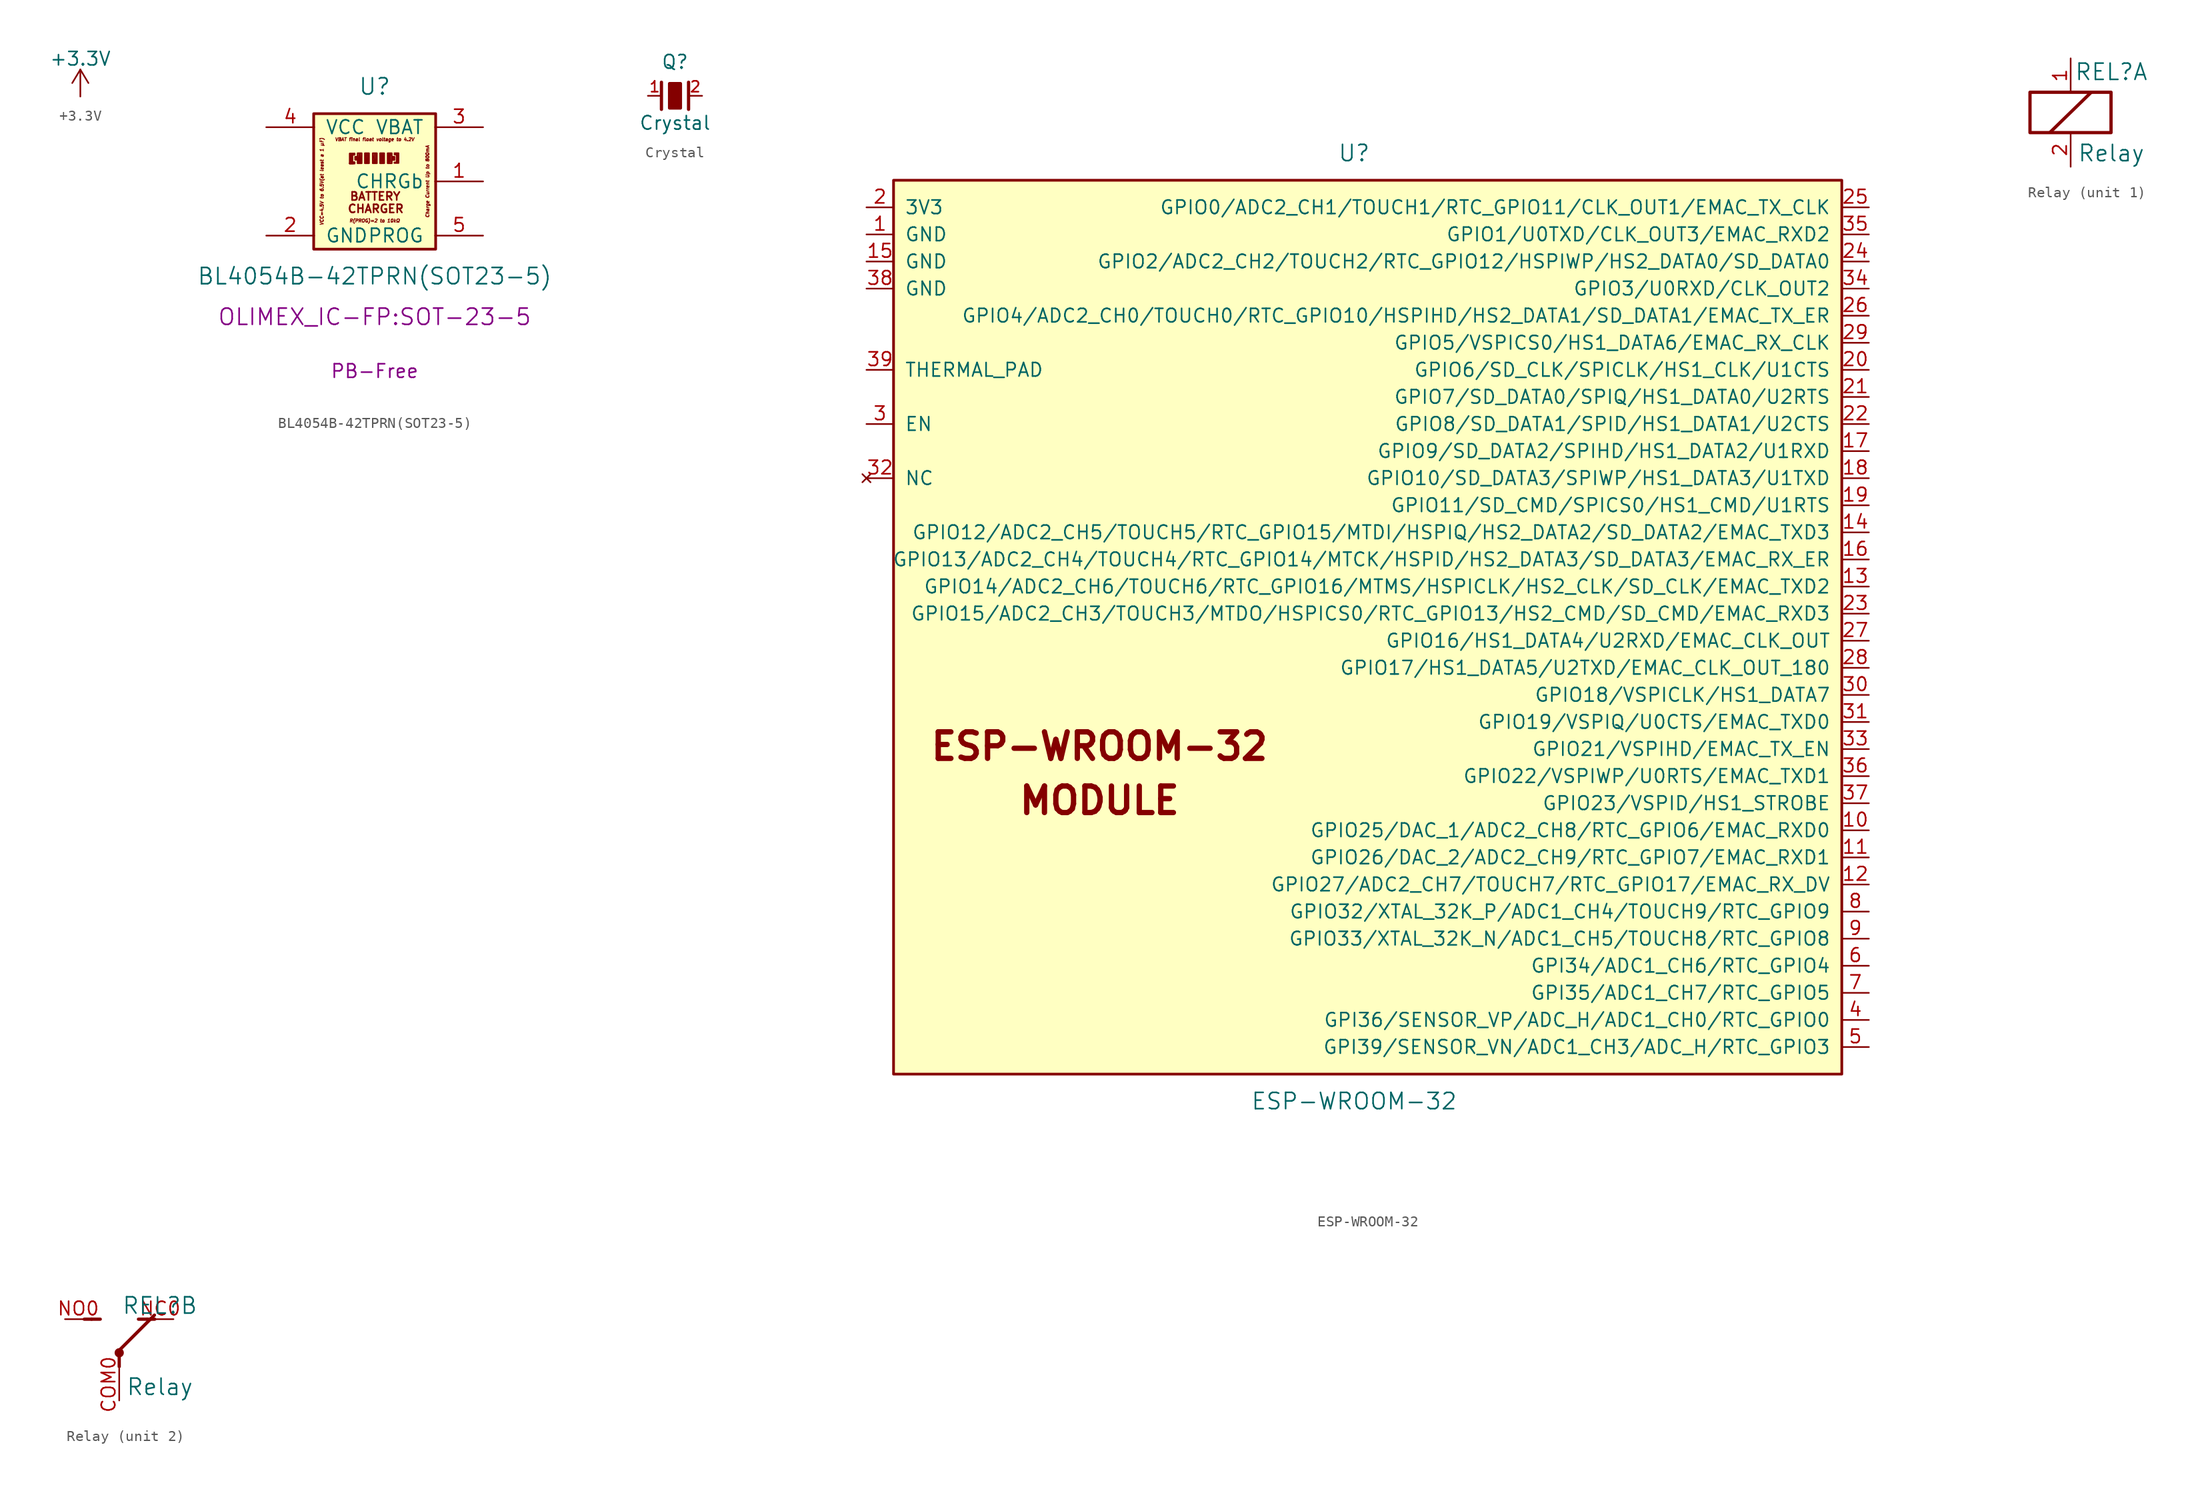
<source format=kicad_sym>
(kicad_symbol_lib
  (version 20231120)
  (generator "kicad_symbol_editor")
  (generator_version "8.0")
  (symbol "+3.3V"
    (power)
    (pin_names
      (offset 0))
    (property "Reference" "#PWR"
      (at 0 -3.81 0)
      (effects (font (size 1.27 1.27)) (hide yes)))
    (property "Value" "+3.3V"
      (at 0 3.556 0)
      (effects (font (size 1.27 1.27))))
    (property "Footprint" ""
      (at 0 0 0)
      (effects (font (size 1.524 1.524))))
    (property "Datasheet" ""
      (at 0 0 0)
      (effects (font (size 1.524 1.524))))
    (symbol "+3.3V_0_1"
      (polyline (pts (xy -0.762 1.27) (xy 0 2.54)) (stroke (width 0) (type solid)) (fill (type none)))
      (polyline (pts (xy 0 0) (xy 0 2.54)) (stroke (width 0) (type solid)) (fill (type none)))
      (polyline (pts (xy 0 2.54) (xy 0.762 1.27)) (stroke (width 0) (type solid)) (fill (type none))))
    (symbol "+3.3V_1_1"
      (pin power_in line (at 0 0 90) (length 0) hide (name "+3.3V" (effects (font (size 1.27 1.27)))) (number "1" (effects (font (size 1.27 1.27)))))))
  (symbol "BL4054B-42TPRN(SOT23-5)"
    (pin_names
      (offset 1.016))
    (property "Reference" "U"
      (at 0 8.89 0)
      (effects (font (size 1.524 1.524))))
    (property "Value" "BL4054B-42TPRN(SOT23-5)"
      (at 0 -8.89 0)
      (effects (font (size 1.524 1.524))))
    (property "Footprint" "OLIMEX_IC-FP:SOT-23-5"
      (at 0 -12.7 0)
      (effects (font (size 1.524 1.524))))
    (property "Datasheet" ""
      (at 0 0.635 0)
      (effects (font (size 1.524 1.524))))
    (property "Note" "PB-Free"
      (at 0 -17.78 0)
      (effects (font (size 1.27 1.27))))
    (symbol "BL4054B-42TPRN(SOT23-5)_0_0"
      (text "Charge Current Up to 800mA" (at 4.953 0 900) (effects (font (size 0.305 0.305) (italic yes))))
      (text "R(PROG)=2 to 10kΩ" (at 0 -3.683 0) (effects (font (size 0.305 0.305) (italic yes))))
      (text "VBAT final float voltage to 4.2V" (at 0 3.937 0) (effects (font (size 0.305 0.305) (italic yes))))
      (text "VCC=4.5V to 6.5V(at least a 1 μF)" (at -4.953 0 900) (effects (font (size 0.305 0.305) (italic yes)))))
    (symbol "BL4054B-42TPRN(SOT23-5)_1_0"
      (rectangle (start -1.219 1.702) (end -1.6 2.642) (stroke (width 0) (type solid)) (fill (type none)))
      (rectangle (start -0.533 1.702) (end -0.914 2.642) (stroke (width 0) (type solid)) (fill (type none)))
      (polyline (pts (xy -2.337 1.676) (xy -1.88 1.676)) (stroke (width 0) (type solid)) (fill (type none)))
      (polyline (pts (xy -2.337 1.702) (xy -1.88 1.702)) (stroke (width 0) (type solid)) (fill (type none)))
      (polyline (pts (xy -2.134 2.515) (xy -2.159 1.829)) (stroke (width 0) (type solid)) (fill (type none)))
      (polyline (pts (xy -2.108 2.134) (xy -2.134 1.727)) (stroke (width 0) (type solid)) (fill (type none)))
      (polyline (pts (xy -2.083 1.727) (xy -2.083 2.464)) (stroke (width 0) (type solid)) (fill (type none)))
      (polyline (pts (xy -2.057 2.489) (xy -1.905 2.489)) (stroke (width 0) (type solid)) (fill (type none)))
      (polyline (pts (xy -1.93 1.803) (xy -2.007 1.803)) (stroke (width 0) (type solid)) (fill (type none)))
      (polyline (pts (xy -1.88 1.727) (xy -1.88 1.803)) (stroke (width 0) (type solid)) (fill (type none)))
      (polyline (pts (xy -1.88 2.616) (xy -1.88 2.515)) (stroke (width 0) (type solid)) (fill (type none)))
      (polyline (pts (xy -0.864 2.565) (xy -0.686 1.905)) (stroke (width 0) (type solid)) (fill (type none)))
      (polyline (pts (xy -0.635 2.565) (xy -0.635 1.803)) (stroke (width 0) (type solid)) (fill (type none)))
      (polyline (pts (xy -0.076 2.286) (xy 0.025 1.829)) (stroke (width 0) (type solid)) (fill (type none)))
      (polyline (pts (xy -0.051 1.829) (xy -0.076 1.778)) (stroke (width 0) (type solid)) (fill (type none)))
      (polyline (pts (xy -0.051 2.21) (xy -0.025 2.591)) (stroke (width 0) (type solid)) (fill (type none)))
      (polyline (pts (xy 0 1.829) (xy -0.102 1.981)) (stroke (width 0) (type solid)) (fill (type none)))
      (polyline (pts (xy 0.076 1.803) (xy 0.102 2.54)) (stroke (width 0) (type solid)) (fill (type none)))
      (polyline (pts (xy 0.584 2.515) (xy 0.584 1.702)) (stroke (width 0) (type solid)) (fill (type none)))
      (polyline (pts (xy 1.499 2.464) (xy 1.473 2.565)) (stroke (width 0) (type solid)) (fill (type none)))
      (polyline (pts (xy 1.702 2.134) (xy 1.702 2.21)) (stroke (width 0) (type solid)) (fill (type none)))
      (polyline (pts (xy 2.032 1.778) (xy 1.854 1.778)) (stroke (width 0) (type solid)) (fill (type none)))
      (polyline (pts (xy 2.057 2.515) (xy 2.057 1.803)) (stroke (width 0) (type solid)) (fill (type none)))
      (polyline (pts (xy 2.108 2.515) (xy 1.854 2.515)) (stroke (width 0) (type solid)) (fill (type none)))
      (polyline (pts (xy -0.686 1.803) (xy -0.813 1.829) (xy -0.762 2.515)) (stroke (width 0) (type solid)) (fill (type none)))
      (polyline (pts (xy 1.422 2.515) (xy 1.397 2.565) (xy 1.473 2.565)) (stroke (width 0) (type solid)) (fill (type none)))
      (polyline (pts (xy 0.787 2.565) (xy 0.762 1.829) (xy 0.635 1.854) (xy 0.66 2.54)) (stroke (width 0) (type solid)) (fill (type none)))
      (polyline (pts (xy 1.321 2.54) (xy 1.321 1.829) (xy 1.473 1.854) (xy 1.448 2.464)) (stroke (width 0) (type solid)) (fill (type none)))
      (polyline (pts (xy -1.651 2.311) (xy -1.829 2.311) (xy -1.829 2.032) (xy -1.676 2.032) (xy -1.727 2.235)) (stroke (width 0) (type solid)) (fill (type none)))
      (polyline (pts (xy -1.27 1.778) (xy -1.372 2.565) (xy -1.422 1.778) (xy -1.448 2.591) (xy -1.524 1.829)) (stroke (width 0) (type solid)) (fill (type none)))
      (polyline (pts (xy 1.676 2.311) (xy 1.854 2.311) (xy 1.854 2.007) (xy 1.651 2.007) (xy 1.753 2.184) (xy 1.753 2.159)) (stroke (width 0) (type solid)) (fill (type none)))
      (polyline (pts (xy 1.854 2.642) (xy 2.235 2.642) (xy 2.235 1.727) (xy 1.854 1.727) (xy 2.134 1.727) (xy 2.134 2.591)) (stroke (width 0) (type solid)) (fill (type none)))
      (polyline (pts (xy -1.905 2.616) (xy -2.337 2.616) (xy -2.337 1.727) (xy -2.337 1.676) (xy -2.032 1.676) (xy -2.032 1.778) (xy -2.235 1.778) (xy -2.261 2.54) (xy -1.93 2.54) (xy -1.93 2.515) (xy -1.93 2.54)) (stroke (width 0) (type solid)) (fill (type none)))
      (rectangle (start 0.203 1.702) (end -0.178 2.642) (stroke (width 0) (type solid)) (fill (type none)))
      (rectangle (start 0.889 1.702) (end 0.508 2.642) (stroke (width 0) (type solid)) (fill (type none)))
      (rectangle (start 1.6 1.702) (end 1.219 2.642) (stroke (width 0) (type solid)) (fill (type none)))
      (text "BATTERY" (at 0.051 -1.397 0) (effects (font (size 0.762 0.762))))
      (text "CHARGER" (at 0.102 -2.565 0) (effects (font (size 0.762 0.762)))))
    (symbol "BL4054B-42TPRN(SOT23-5)_1_1"
      (polyline (pts (xy -5.715 6.35) (xy -5.715 -6.35) (xy 5.715 -6.35) (xy 5.715 6.35) (xy -5.715 6.35)) (stroke (width 0.254) (type solid)) (fill (type background)))
      (pin open_collector line (at 10.16 0 180) (length 4.496) (name "CHRGb" (effects (font (size 1.27 1.27)))) (number "1" (effects (font (size 1.27 1.27)))))
      (pin power_in line (at -10.16 -5.08 0) (length 4.496) (name "GND" (effects (font (size 1.27 1.27)))) (number "2" (effects (font (size 1.27 1.27)))))
      (pin output line (at 10.16 5.08 180) (length 4.496) (name "VBAT" (effects (font (size 1.27 1.27)))) (number "3" (effects (font (size 1.27 1.27)))))
      (pin power_in line (at -10.16 5.08 0) (length 4.496) (name "VCC" (effects (font (size 1.27 1.27)))) (number "4" (effects (font (size 1.27 1.27)))))
      (pin input line (at 10.16 -5.08 180) (length 4.496) (name "PROG" (effects (font (size 1.27 1.27)))) (number "5" (effects (font (size 1.27 1.27)))))))
  (symbol "Crystal"
    (pin_names
      (offset 1.016) hide)
    (property "Reference" "Q"
      (at 0 3.175 0)
      (effects (font (size 1.27 1.27))))
    (property "Value" "Crystal"
      (at 0 -2.54 0)
      (effects (font (size 1.27 1.27))))
    (property "Footprint" ""
      (at 0 0 0)
      (effects (font (size 1.524 1.524))))
    (property "Datasheet" ""
      (at 0 0 0)
      (effects (font (size 1.524 1.524))))
    (symbol "Crystal_0_1"
      (rectangle (start -0.508 1.143) (end 0.508 -1.143) (stroke (width 0.305) (type solid)) (fill (type outline)))
      (polyline (pts (xy -1.27 -1.27) (xy -1.27 1.27)) (stroke (width 0.305) (type solid)) (fill (type none)))
      (polyline (pts (xy 1.27 -1.27) (xy 1.27 1.27)) (stroke (width 0.305) (type solid)) (fill (type none))))
    (symbol "Crystal_1_1"
      (pin passive line (at -2.54 0 0) (length 1.27) (name "1" (effects (font (size 1.016 1.016)))) (number "1" (effects (font (size 1.016 1.016)))))
      (pin passive line (at 2.54 0 180) (length 1.27) (name "2" (effects (font (size 1.016 1.016)))) (number "2" (effects (font (size 1.016 1.016)))))))
  (symbol "ESP-WROOM-32"
    (pin_names
      (offset 1.016))
    (property "Reference" "U"
      (at 0 43.18 0)
      (effects (font (size 1.524 1.524))))
    (property "Value" "ESP-WROOM-32"
      (at 0 -45.72 0)
      (effects (font (size 1.524 1.524))))
    (symbol "ESP-WROOM-32_0_0"
      (text "ESP-WROOM-32" (at -23.876 -12.446 0) (effects (font (size 2.489 2.489) (bold yes))))
      (text "MODULE" (at -23.876 -17.526 0) (effects (font (size 2.489 2.489) (bold yes)))))
    (symbol "ESP-WROOM-32_0_1"
      (rectangle (start -43.18 40.64) (end 45.72 -43.18) (stroke (width 0.254) (type solid)) (fill (type background))))
    (symbol "ESP-WROOM-32_1_1"
      (pin power_in line (at -45.72 35.56 0) (length 2.54) (name "GND" (effects (font (size 1.27 1.27)))) (number "1" (effects (font (size 1.27 1.27)))))
      (pin bidirectional line (at 48.26 -20.32 180) (length 2.54) (name "GPIO25/DAC_1/ADC2_CH8/RTC_GPIO6/EMAC_RXD0" (effects (font (size 1.27 1.27)))) (number "10" (effects (font (size 1.27 1.27)))))
      (pin bidirectional line (at 48.26 -22.86 180) (length 2.54) (name "GPIO26/DAC_2/ADC2_CH9/RTC_GPIO7/EMAC_RXD1" (effects (font (size 1.27 1.27)))) (number "11" (effects (font (size 1.27 1.27)))))
      (pin bidirectional line (at 48.26 -25.4 180) (length 2.54) (name "GPIO27/ADC2_CH7/TOUCH7/RTC_GPIO17/EMAC_RX_DV" (effects (font (size 1.27 1.27)))) (number "12" (effects (font (size 1.27 1.27)))))
      (pin bidirectional line (at 48.26 2.54 180) (length 2.54) (name "GPIO14/ADC2_CH6/TOUCH6/RTC_GPIO16/MTMS/HSPICLK/HS2_CLK/SD_CLK/EMAC_TXD2" (effects (font (size 1.27 1.27)))) (number "13" (effects (font (size 1.27 1.27)))))
      (pin bidirectional line (at 48.26 7.62 180) (length 2.54) (name "GPIO12/ADC2_CH5/TOUCH5/RTC_GPIO15/MTDI/HSPIQ/HS2_DATA2/SD_DATA2/EMAC_TXD3" (effects (font (size 1.27 1.27)))) (number "14" (effects (font (size 1.27 1.27)))))
      (pin power_in line (at -45.72 33.02 0) (length 2.54) (name "GND" (effects (font (size 1.27 1.27)))) (number "15" (effects (font (size 1.27 1.27)))))
      (pin bidirectional line (at 48.26 5.08 180) (length 2.54) (name "GPIO13/ADC2_CH4/TOUCH4/RTC_GPIO14/MTCK/HSPID/HS2_DATA3/SD_DATA3/EMAC_RX_ER" (effects (font (size 1.27 1.27)))) (number "16" (effects (font (size 1.27 1.27)))))
      (pin bidirectional line (at 48.26 15.24 180) (length 2.54) (name "GPIO9/SD_DATA2/SPIHD/HS1_DATA2/U1RXD" (effects (font (size 1.27 1.27)))) (number "17" (effects (font (size 1.27 1.27)))))
      (pin bidirectional line (at 48.26 12.7 180) (length 2.54) (name "GPIO10/SD_DATA3/SPIWP/HS1_DATA3/U1TXD" (effects (font (size 1.27 1.27)))) (number "18" (effects (font (size 1.27 1.27)))))
      (pin bidirectional line (at 48.26 10.16 180) (length 2.54) (name "GPIO11/SD_CMD/SPICS0/HS1_CMD/U1RTS" (effects (font (size 1.27 1.27)))) (number "19" (effects (font (size 1.27 1.27)))))
      (pin power_in line (at -45.72 38.1 0) (length 2.54) (name "3V3" (effects (font (size 1.27 1.27)))) (number "2" (effects (font (size 1.27 1.27)))))
      (pin bidirectional line (at 48.26 22.86 180) (length 2.54) (name "GPIO6/SD_CLK/SPICLK/HS1_CLK/U1CTS" (effects (font (size 1.27 1.27)))) (number "20" (effects (font (size 1.27 1.27)))))
      (pin bidirectional line (at 48.26 20.32 180) (length 2.54) (name "GPIO7/SD_DATA0/SPIQ/HS1_DATA0/U2RTS" (effects (font (size 1.27 1.27)))) (number "21" (effects (font (size 1.27 1.27)))))
      (pin bidirectional line (at 48.26 17.78 180) (length 2.54) (name "GPIO8/SD_DATA1/SPID/HS1_DATA1/U2CTS" (effects (font (size 1.27 1.27)))) (number "22" (effects (font (size 1.27 1.27)))))
      (pin bidirectional line (at 48.26 0 180) (length 2.54) (name "GPIO15/ADC2_CH3/TOUCH3/MTDO/HSPICS0/RTC_GPIO13/HS2_CMD/SD_CMD/EMAC_RXD3" (effects (font (size 1.27 1.27)))) (number "23" (effects (font (size 1.27 1.27)))))
      (pin bidirectional line (at 48.26 33.02 180) (length 2.54) (name "GPIO2/ADC2_CH2/TOUCH2/RTC_GPIO12/HSPIWP/HS2_DATA0/SD_DATA0" (effects (font (size 1.27 1.27)))) (number "24" (effects (font (size 1.27 1.27)))))
      (pin bidirectional line (at 48.26 38.1 180) (length 2.54) (name "GPIO0/ADC2_CH1/TOUCH1/RTC_GPIO11/CLK_OUT1/EMAC_TX_CLK" (effects (font (size 1.27 1.27)))) (number "25" (effects (font (size 1.27 1.27)))))
      (pin bidirectional line (at 48.26 27.94 180) (length 2.54) (name "GPIO4/ADC2_CH0/TOUCH0/RTC_GPIO10/HSPIHD/HS2_DATA1/SD_DATA1/EMAC_TX_ER" (effects (font (size 1.27 1.27)))) (number "26" (effects (font (size 1.27 1.27)))))
      (pin bidirectional line (at 48.26 -2.54 180) (length 2.54) (name "GPIO16/HS1_DATA4/U2RXD/EMAC_CLK_OUT" (effects (font (size 1.27 1.27)))) (number "27" (effects (font (size 1.27 1.27)))))
      (pin bidirectional line (at 48.26 -5.08 180) (length 2.54) (name "GPIO17/HS1_DATA5/U2TXD/EMAC_CLK_OUT_180" (effects (font (size 1.27 1.27)))) (number "28" (effects (font (size 1.27 1.27)))))
      (pin bidirectional line (at 48.26 25.4 180) (length 2.54) (name "GPIO5/VSPICS0/HS1_DATA6/EMAC_RX_CLK" (effects (font (size 1.27 1.27)))) (number "29" (effects (font (size 1.27 1.27)))))
      (pin input line (at -45.72 17.78 0) (length 2.54) (name "EN" (effects (font (size 1.27 1.27)))) (number "3" (effects (font (size 1.27 1.27)))))
      (pin bidirectional line (at 48.26 -7.62 180) (length 2.54) (name "GPIO18/VSPICLK/HS1_DATA7" (effects (font (size 1.27 1.27)))) (number "30" (effects (font (size 1.27 1.27)))))
      (pin bidirectional line (at 48.26 -10.16 180) (length 2.54) (name "GPIO19/VSPIQ/U0CTS/EMAC_TXD0" (effects (font (size 1.27 1.27)))) (number "31" (effects (font (size 1.27 1.27)))))
      (pin no_connect line (at -45.72 12.7 0) (length 2.54) (name "NC" (effects (font (size 1.27 1.27)))) (number "32" (effects (font (size 1.27 1.27)))))
      (pin bidirectional line (at 48.26 -12.7 180) (length 2.54) (name "GPIO21/VSPIHD/EMAC_TX_EN" (effects (font (size 1.27 1.27)))) (number "33" (effects (font (size 1.27 1.27)))))
      (pin bidirectional line (at 48.26 30.48 180) (length 2.54) (name "GPIO3/U0RXD/CLK_OUT2" (effects (font (size 1.27 1.27)))) (number "34" (effects (font (size 1.27 1.27)))))
      (pin bidirectional line (at 48.26 35.56 180) (length 2.54) (name "GPIO1/U0TXD/CLK_OUT3/EMAC_RXD2" (effects (font (size 1.27 1.27)))) (number "35" (effects (font (size 1.27 1.27)))))
      (pin bidirectional line (at 48.26 -15.24 180) (length 2.54) (name "GPIO22/VSPIWP/U0RTS/EMAC_TXD1" (effects (font (size 1.27 1.27)))) (number "36" (effects (font (size 1.27 1.27)))))
      (pin bidirectional line (at 48.26 -17.78 180) (length 2.54) (name "GPIO23/VSPID/HS1_STROBE" (effects (font (size 1.27 1.27)))) (number "37" (effects (font (size 1.27 1.27)))))
      (pin power_in line (at -45.72 30.48 0) (length 2.54) (name "GND" (effects (font (size 1.27 1.27)))) (number "38" (effects (font (size 1.27 1.27)))))
      (pin power_in line (at -45.72 22.86 0) (length 2.54) (name "THERMAL_PAD" (effects (font (size 1.27 1.27)))) (number "39" (effects (font (size 1.27 1.27)))))
      (pin input line (at 48.26 -38.1 180) (length 2.54) (name "GPI36/SENSOR_VP/ADC_H/ADC1_CH0/RTC_GPIO0" (effects (font (size 1.27 1.27)))) (number "4" (effects (font (size 1.27 1.27)))))
      (pin input line (at 48.26 -40.64 180) (length 2.54) (name "GPI39/SENSOR_VN/ADC1_CH3/ADC_H/RTC_GPIO3" (effects (font (size 1.27 1.27)))) (number "5" (effects (font (size 1.27 1.27)))))
      (pin input line (at 48.26 -33.02 180) (length 2.54) (name "GPI34/ADC1_CH6/RTC_GPIO4" (effects (font (size 1.27 1.27)))) (number "6" (effects (font (size 1.27 1.27)))))
      (pin input line (at 48.26 -35.56 180) (length 2.54) (name "GPI35/ADC1_CH7/RTC_GPIO5" (effects (font (size 1.27 1.27)))) (number "7" (effects (font (size 1.27 1.27)))))
      (pin bidirectional line (at 48.26 -27.94 180) (length 2.54) (name "GPIO32/XTAL_32K_P/ADC1_CH4/TOUCH9/RTC_GPIO9" (effects (font (size 1.27 1.27)))) (number "8" (effects (font (size 1.27 1.27)))))
      (pin bidirectional line (at 48.26 -30.48 180) (length 2.54) (name "GPIO33/XTAL_32K_N/ADC1_CH5/TOUCH8/RTC_GPIO8" (effects (font (size 1.27 1.27)))) (number "9" (effects (font (size 1.27 1.27)))))))
  (symbol "Relay"
    (pin_names
      (offset 1.016))
    (property "Reference" "REL"
      (at 3.81 3.81 0)
      (effects (font (size 1.524 1.524))))
    (property "Value" "Relay"
      (at 3.81 -3.81 0)
      (effects (font (size 1.524 1.524))))
    (property "Footprint" ""
      (at 0 0 0)
      (effects (font (size 1.524 1.524))))
    (property "Datasheet" ""
      (at 0 0 0)
      (effects (font (size 1.524 1.524))))
    (property "ki_locked" ""
      (at 0 0 0)
      (effects (font (size 1.27 1.27))))
    (symbol "Relay_1_1"
      (rectangle (start -3.81 -1.88) (end 3.785 1.905) (stroke (width 0.305) (type solid)) (fill (type none)))
      (polyline (pts (xy -1.905 -1.829) (xy 1.905 1.88)) (stroke (width 0.305) (type solid)) (fill (type none)))
      (pin passive line (at 0 5.08 270) (length 3.2) (name "~" (effects (font (size 1.27 1.27)))) (number "1" (effects (font (size 1.27 1.27)))))
      (pin passive line (at 0 -5.08 90) (length 3.2) (name "~" (effects (font (size 1.27 1.27)))) (number "2" (effects (font (size 1.27 1.27))))))
    (symbol "Relay_2_1"
      (circle (center 0 -0.61) (radius 0.051) (stroke (width 0.254) (type solid)) (fill (type none)))
      (circle (center 0 -0.61) (radius 0.305) (stroke (width 0.254) (type solid)) (fill (type none)))
      (polyline (pts (xy -2.591 2.54) (xy -3.277 2.54)) (stroke (width 0.305) (type solid)) (fill (type none)))
      (polyline (pts (xy -2.591 2.54) (xy -1.778 2.54)) (stroke (width 0.305) (type solid)) (fill (type none)))
      (polyline (pts (xy 0 -0.61) (xy 0 -1.905)) (stroke (width 0.305) (type solid)) (fill (type none)))
      (polyline (pts (xy 0 -0.381) (xy 3.302 2.921)) (stroke (width 0.305) (type solid)) (fill (type none)))
      (polyline (pts (xy 2.616 2.54) (xy 1.803 2.54)) (stroke (width 0.305) (type solid)) (fill (type none)))
      (polyline (pts (xy 2.616 2.54) (xy 3.327 2.54)) (stroke (width 0.305) (type solid)) (fill (type none)))
      (pin passive line (at 0 -5.08 90) (length 2.997) (name "~" (effects (font (size 1.27 1.27)))) (number "COM0" (effects (font (size 1.27 1.27)))))
      (pin passive line (at 5.08 2.54 180) (length 2.489) (name "~" (effects (font (size 1.27 1.27)))) (number "NC0" (effects (font (size 1.27 1.27)))))
      (pin passive line (at -5.08 2.54 0) (length 2.489) (name "~" (effects (font (size 1.27 1.27)))) (number "NO0" (effects (font (size 1.27 1.27))))))))
</source>
